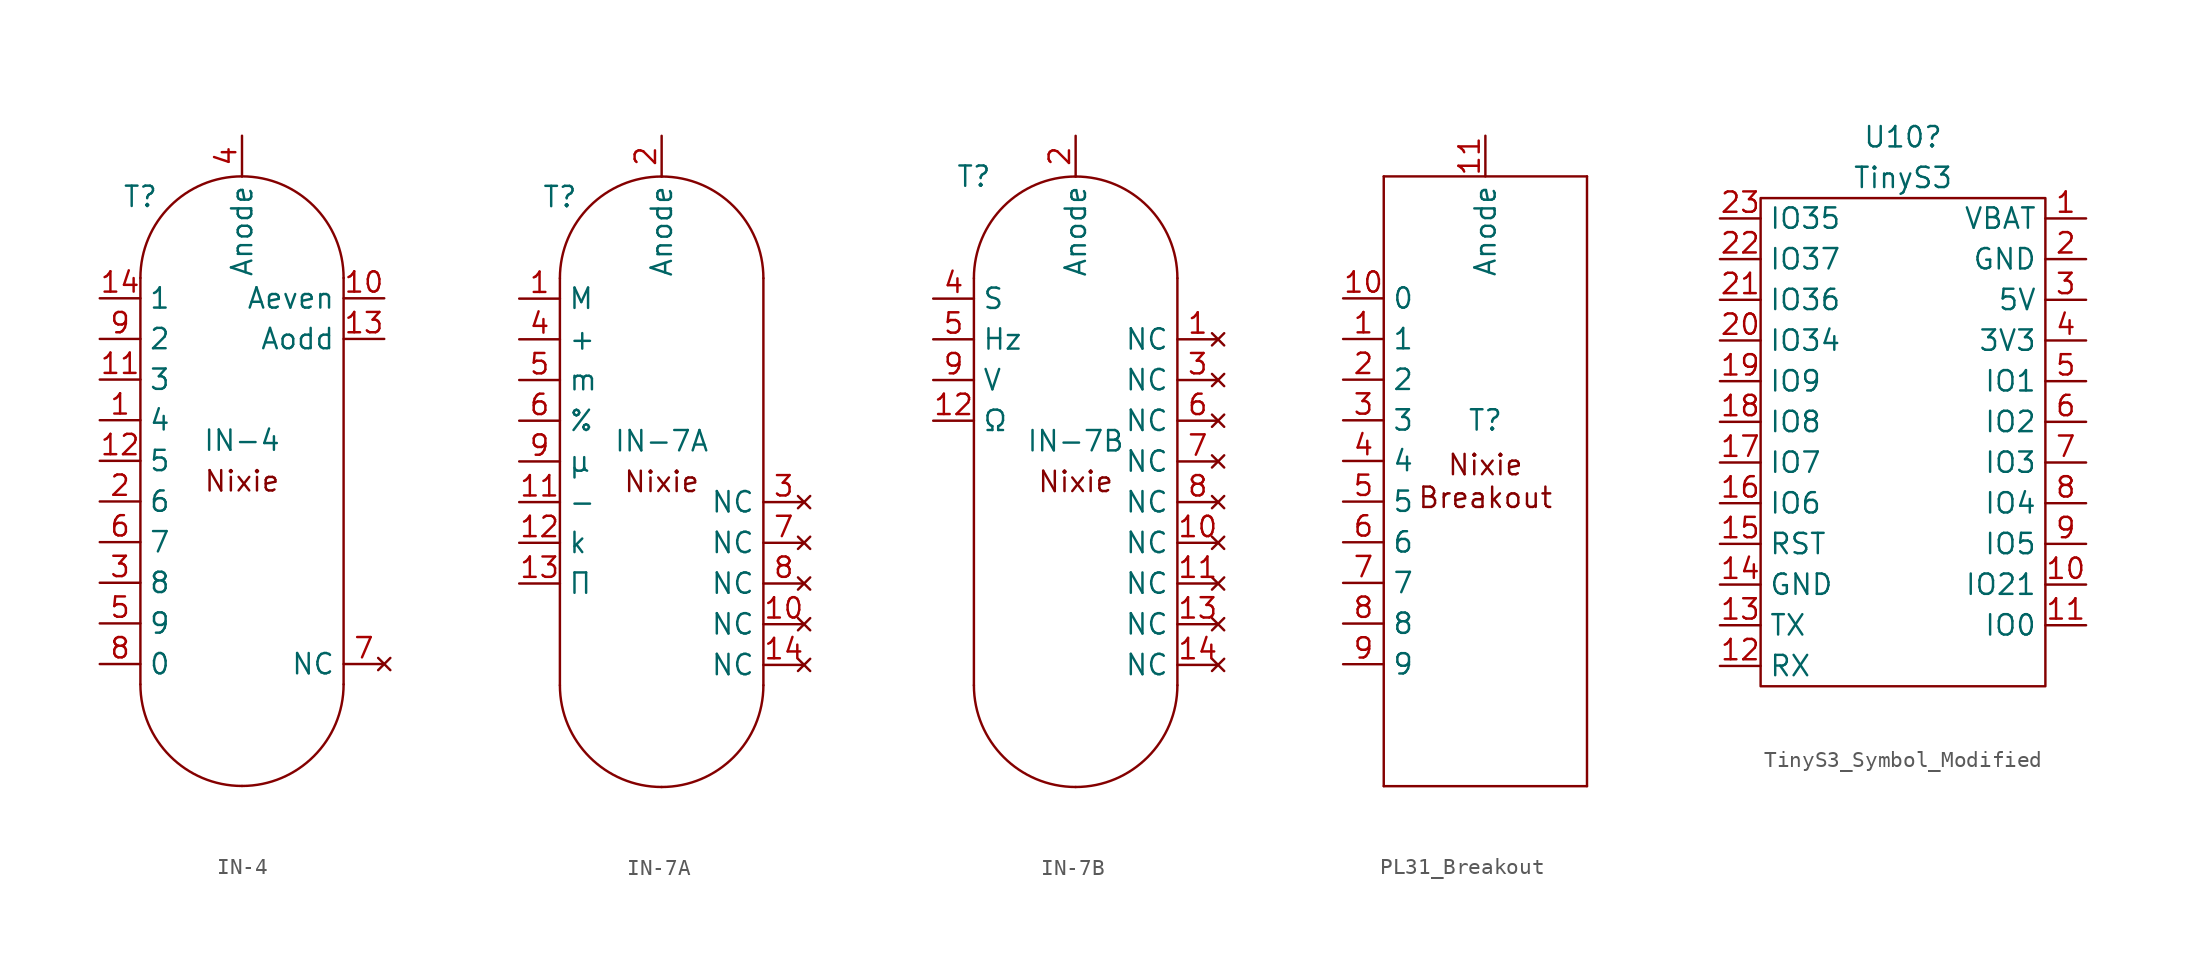
<source format=kicad_sym>
(kicad_symbol_lib
  (version 20220914)
  (generator kicad_symbol_editor)
  (symbol "IN-4"
    (property "Reference" "T"
      (at -6.35 17.78 0)
      (effects (font (size 1.27 1.27))))
    (property "Value" "IN-4"
      (at 0 2.54 0)
      (effects (font (size 1.27 1.27))))
    (symbol "IN-4_0_1"
      (arc (start -6.35 -12.7002) (mid -4.4901 -17.1903) (end 0 -19.0502) (stroke (width 0) (type default)) (fill (type none)))
      (arc (start 0.0001 -19.0501) (mid 4.4902 -17.1902) (end 6.3501 -12.7001) (stroke (width 0) (type default)) (fill (type none)))
      (polyline (pts (xy -6.35 12.7) (xy -6.35 -12.7)) (stroke (width 0) (type default)) (fill (type none)))
      (polyline (pts (xy 6.35 12.7) (xy 6.35 -12.7)) (stroke (width 0) (type default)) (fill (type none)))
      (arc (start 0 19.05) (mid -4.4901 17.1901) (end -6.35 12.7) (stroke (width 0) (type default)) (fill (type none)))
      (arc (start 6.35 12.7) (mid 4.4901 17.1901) (end 0 19.05) (stroke (width 0) (type default)) (fill (type none)))
      (text "Nixie" (at 0 0 0) (effects (font (size 1.27 1.27)))))
    (symbol "IN-4_1_1"
      (pin passive line (at -8.89 3.81 0) (length 2.54) (name "4" (effects (font (size 1.27 1.27)))) (number "1" (effects (font (size 1.27 1.27)))))
      (pin passive line (at 8.89 11.43 180) (length 2.54) (name "Aeven" (effects (font (size 1.27 1.27)))) (number "10" (effects (font (size 1.27 1.27)))))
      (pin passive line (at -8.89 6.35 0) (length 2.54) (name "3" (effects (font (size 1.27 1.27)))) (number "11" (effects (font (size 1.27 1.27)))))
      (pin passive line (at -8.89 1.27 0) (length 2.54) (name "5" (effects (font (size 1.27 1.27)))) (number "12" (effects (font (size 1.27 1.27)))))
      (pin passive line (at 8.89 8.89 180) (length 2.54) (name "Aodd" (effects (font (size 1.27 1.27)))) (number "13" (effects (font (size 1.27 1.27)))))
      (pin passive line (at -8.89 11.43 0) (length 2.54) (name "1" (effects (font (size 1.27 1.27)))) (number "14" (effects (font (size 1.27 1.27)))))
      (pin passive line (at -8.89 -1.27 0) (length 2.54) (name "6" (effects (font (size 1.27 1.27)))) (number "2" (effects (font (size 1.27 1.27)))))
      (pin passive line (at -8.89 -6.35 0) (length 2.54) (name "8" (effects (font (size 1.27 1.27)))) (number "3" (effects (font (size 1.27 1.27)))))
      (pin passive line (at 0 21.59 270) (length 2.54) (name "Anode" (effects (font (size 1.27 1.27)))) (number "4" (effects (font (size 1.27 1.27)))))
      (pin passive line (at -8.89 -8.89 0) (length 2.54) (name "9" (effects (font (size 1.27 1.27)))) (number "5" (effects (font (size 1.27 1.27)))))
      (pin passive line (at -8.89 -3.81 0) (length 2.54) (name "7" (effects (font (size 1.27 1.27)))) (number "6" (effects (font (size 1.27 1.27)))))
      (pin no_connect line (at 8.89 -11.43 180) (length 2.54) (name "NC" (effects (font (size 1.27 1.27)))) (number "7" (effects (font (size 1.27 1.27)))))
      (pin passive line (at -8.89 -11.43 0) (length 2.54) (name "0" (effects (font (size 1.27 1.27)))) (number "8" (effects (font (size 1.27 1.27)))))
      (pin passive line (at -8.89 8.89 0) (length 2.54) (name "2" (effects (font (size 1.27 1.27)))) (number "9" (effects (font (size 1.27 1.27)))))))
  (symbol "IN-7A"
    (property "Reference" "T"
      (at -6.35 17.78 0)
      (effects (font (size 1.27 1.27))))
    (property "Value" "IN-7A"
      (at 0 2.54 0)
      (effects (font (size 1.27 1.27))))
    (symbol "IN-7A_0_1"
      (arc (start -6.35 -12.7002) (mid -4.4901 -17.1903) (end 0 -19.0502) (stroke (width 0) (type default)) (fill (type none)))
      (arc (start 0.0001 -19.0501) (mid 4.4902 -17.1902) (end 6.3501 -12.7001) (stroke (width 0) (type default)) (fill (type none)))
      (polyline (pts (xy -6.35 12.7) (xy -6.35 -12.7)) (stroke (width 0) (type default)) (fill (type none)))
      (polyline (pts (xy 6.35 12.7) (xy 6.35 -12.7)) (stroke (width 0) (type default)) (fill (type none)))
      (arc (start 0 19.05) (mid -4.4901 17.1901) (end -6.35 12.7) (stroke (width 0) (type default)) (fill (type none)))
      (arc (start 6.35 12.7) (mid 4.4901 17.1901) (end 0 19.05) (stroke (width 0) (type default)) (fill (type none)))
      (text "Nixie" (at 0 0 0) (effects (font (size 1.27 1.27)))))
    (symbol "IN-7A_1_1"
      (pin passive line (at -8.89 11.43 0) (length 2.54) (name "M" (effects (font (size 1.27 1.27)))) (number "1" (effects (font (size 1.27 1.27)))))
      (pin no_connect line (at 8.89 -8.89 180) (length 2.54) (name "NC" (effects (font (size 1.27 1.27)))) (number "10" (effects (font (size 1.27 1.27)))))
      (pin passive line (at -8.89 -1.27 0) (length 2.54) (name "-" (effects (font (size 1.27 1.27)))) (number "11" (effects (font (size 1.27 1.27)))))
      (pin passive line (at -8.89 -3.81 0) (length 2.54) (name "k" (effects (font (size 1.27 1.27)))) (number "12" (effects (font (size 1.27 1.27)))))
      (pin passive line (at -8.89 -6.35 0) (length 2.54) (name "П" (effects (font (size 1.27 1.27)))) (number "13" (effects (font (size 1.27 1.27)))))
      (pin no_connect line (at 8.89 -11.43 180) (length 2.54) (name "NC" (effects (font (size 1.27 1.27)))) (number "14" (effects (font (size 1.27 1.27)))))
      (pin passive line (at 0 21.59 270) (length 2.54) (name "Anode" (effects (font (size 1.27 1.27)))) (number "2" (effects (font (size 1.27 1.27)))))
      (pin no_connect line (at 8.89 -1.27 180) (length 2.54) (name "NC" (effects (font (size 1.27 1.27)))) (number "3" (effects (font (size 1.27 1.27)))))
      (pin passive line (at -8.89 8.89 0) (length 2.54) (name "+" (effects (font (size 1.27 1.27)))) (number "4" (effects (font (size 1.27 1.27)))))
      (pin passive line (at -8.89 6.35 0) (length 2.54) (name "m" (effects (font (size 1.27 1.27)))) (number "5" (effects (font (size 1.27 1.27)))))
      (pin passive line (at -8.89 3.81 0) (length 2.54) (name "%" (effects (font (size 1.27 1.27)))) (number "6" (effects (font (size 1.27 1.27)))))
      (pin no_connect line (at 8.89 -3.81 180) (length 2.54) (name "NC" (effects (font (size 1.27 1.27)))) (number "7" (effects (font (size 1.27 1.27)))))
      (pin no_connect line (at 8.89 -6.35 180) (length 2.54) (name "NC" (effects (font (size 1.27 1.27)))) (number "8" (effects (font (size 1.27 1.27)))))
      (pin passive line (at -8.89 1.27 0) (length 2.54) (name "μ" (effects (font (size 1.27 1.27)))) (number "9" (effects (font (size 1.27 1.27)))))))
  (symbol "IN-7B"
    (property "Reference" "T"
      (at -6.35 19.05 0)
      (effects (font (size 1.27 1.27))))
    (property "Value" "IN-7B"
      (at 0 2.54 0)
      (effects (font (size 1.27 1.27))))
    (symbol "IN-7B_0_1"
      (arc (start -6.35 -12.7002) (mid -4.4901 -17.1903) (end 0 -19.0502) (stroke (width 0) (type default)) (fill (type none)))
      (arc (start 0.0001 -19.0501) (mid 4.4902 -17.1902) (end 6.3501 -12.7001) (stroke (width 0) (type default)) (fill (type none)))
      (polyline (pts (xy -6.35 12.7) (xy -6.35 -12.7)) (stroke (width 0) (type default)) (fill (type none)))
      (polyline (pts (xy 6.35 12.7) (xy 6.35 -12.7)) (stroke (width 0) (type default)) (fill (type none)))
      (arc (start 0 19.05) (mid -4.4901 17.1901) (end -6.35 12.7) (stroke (width 0) (type default)) (fill (type none)))
      (arc (start 6.35 12.7) (mid 4.4901 17.1901) (end 0 19.05) (stroke (width 0) (type default)) (fill (type none)))
      (text "Nixie" (at 0 0 0) (effects (font (size 1.27 1.27)))))
    (symbol "IN-7B_1_1"
      (pin no_connect line (at 8.89 8.89 180) (length 2.54) (name "NC" (effects (font (size 1.27 1.27)))) (number "1" (effects (font (size 1.27 1.27)))))
      (pin no_connect line (at 8.89 -3.81 180) (length 2.54) (name "NC" (effects (font (size 1.27 1.27)))) (number "10" (effects (font (size 1.27 1.27)))))
      (pin no_connect line (at 8.89 -6.35 180) (length 2.54) (name "NC" (effects (font (size 1.27 1.27)))) (number "11" (effects (font (size 1.27 1.27)))))
      (pin passive line (at -8.89 3.81 0) (length 2.54) (name "Ω" (effects (font (size 1.27 1.27)))) (number "12" (effects (font (size 1.27 1.27)))))
      (pin no_connect line (at 8.89 -8.89 180) (length 2.54) (name "NC" (effects (font (size 1.27 1.27)))) (number "13" (effects (font (size 1.27 1.27)))))
      (pin no_connect line (at 8.89 -11.43 180) (length 2.54) (name "NC" (effects (font (size 1.27 1.27)))) (number "14" (effects (font (size 1.27 1.27)))))
      (pin passive line (at 0 21.59 270) (length 2.54) (name "Anode" (effects (font (size 1.27 1.27)))) (number "2" (effects (font (size 1.27 1.27)))))
      (pin no_connect line (at 8.89 6.35 180) (length 2.54) (name "NC" (effects (font (size 1.27 1.27)))) (number "3" (effects (font (size 1.27 1.27)))))
      (pin passive line (at -8.89 11.43 0) (length 2.54) (name "S" (effects (font (size 1.27 1.27)))) (number "4" (effects (font (size 1.27 1.27)))))
      (pin passive line (at -8.89 8.89 0) (length 2.54) (name "Hz" (effects (font (size 1.27 1.27)))) (number "5" (effects (font (size 1.27 1.27)))))
      (pin no_connect line (at 8.89 3.81 180) (length 2.54) (name "NC" (effects (font (size 1.27 1.27)))) (number "6" (effects (font (size 1.27 1.27)))))
      (pin no_connect line (at 8.89 1.27 180) (length 2.54) (name "NC" (effects (font (size 1.27 1.27)))) (number "7" (effects (font (size 1.27 1.27)))))
      (pin no_connect line (at 8.89 -1.27 180) (length 2.54) (name "NC" (effects (font (size 1.27 1.27)))) (number "8" (effects (font (size 1.27 1.27)))))
      (pin passive line (at -8.89 6.35 0) (length 2.54) (name "V" (effects (font (size 1.27 1.27)))) (number "9" (effects (font (size 1.27 1.27)))))))
  (symbol "PL31_Breakout"
    (property "Reference" "T"
      (at 0 3.81 0)
      (effects (font (size 1.27 1.27))))
    (property "Value" ""
      (at 0 0 0)
      (effects (font (size 1.27 1.27))))
    (symbol "PL31_Breakout_0_1"
      (polyline (pts (xy -6.35 19.05) (xy -6.35 -19.05)) (stroke (width 0) (type default)) (fill (type none)))
      (polyline (pts (xy -6.35 19.05) (xy 6.35 19.05)) (stroke (width 0) (type default)) (fill (type none)))
      (polyline (pts (xy 6.35 -19.05) (xy -6.35 -19.05)) (stroke (width 0) (type default)) (fill (type none)))
      (polyline (pts (xy 6.35 19.05) (xy 6.35 -19.05)) (stroke (width 0) (type default)) (fill (type none)))
      (text "Nixie\nBreakout" (at 0 0 0) (effects (font (size 1.27 1.27)))))
    (symbol "PL31_Breakout_1_1"
      (pin passive line (at -8.89 8.89 0) (length 2.54) (name "1" (effects (font (size 1.27 1.27)))) (number "1" (effects (font (size 1.27 1.27)))))
      (pin passive line (at -8.89 11.43 0) (length 2.54) (name "0" (effects (font (size 1.27 1.27)))) (number "10" (effects (font (size 1.27 1.27)))))
      (pin passive line (at 0 21.59 270) (length 2.54) (name "Anode" (effects (font (size 1.27 1.27)))) (number "11" (effects (font (size 1.27 1.27)))))
      (pin passive line (at -8.89 6.35 0) (length 2.54) (name "2" (effects (font (size 1.27 1.27)))) (number "2" (effects (font (size 1.27 1.27)))))
      (pin passive line (at -8.89 3.81 0) (length 2.54) (name "3" (effects (font (size 1.27 1.27)))) (number "3" (effects (font (size 1.27 1.27)))))
      (pin passive line (at -8.89 1.27 0) (length 2.54) (name "4" (effects (font (size 1.27 1.27)))) (number "4" (effects (font (size 1.27 1.27)))))
      (pin passive line (at -8.89 -1.27 0) (length 2.54) (name "5" (effects (font (size 1.27 1.27)))) (number "5" (effects (font (size 1.27 1.27)))))
      (pin passive line (at -8.89 -3.81 0) (length 2.54) (name "6" (effects (font (size 1.27 1.27)))) (number "6" (effects (font (size 1.27 1.27)))))
      (pin passive line (at -8.89 -6.35 0) (length 2.54) (name "7" (effects (font (size 1.27 1.27)))) (number "7" (effects (font (size 1.27 1.27)))))
      (pin passive line (at -8.89 -8.89 0) (length 2.54) (name "8" (effects (font (size 1.27 1.27)))) (number "8" (effects (font (size 1.27 1.27)))))
      (pin passive line (at -8.89 -11.43 0) (length 2.54) (name "9" (effects (font (size 1.27 1.27)))) (number "9" (effects (font (size 1.27 1.27)))))))
  (symbol "TinyS3_Symbol_Modified"
    (property "Reference" "U10"
      (at 0 19.05 0)
      (effects (font (size 1.27 1.27))))
    (property "Value" "TinyS3"
      (at 0 16.51 0)
      (effects (font (size 1.27 1.27))))
    (symbol "TinyS3_Symbol_Modified_0_1"
      (rectangle (start -8.89 15.24) (end 8.89 -15.24) (stroke (width 0.152) (type default)) (fill (type none))))
    (symbol "TinyS3_Symbol_Modified_1_1"
      (pin power_in line (at 11.43 13.97 180) (length 2.54) (name "VBAT" (effects (font (size 1.27 1.27)))) (number "1" (effects (font (size 1.27 1.27)))))
      (pin bidirectional line (at 11.43 -8.89 180) (length 2.54) (name "IO21" (effects (font (size 1.27 1.27)))) (number "10" (effects (font (size 1.27 1.27)))))
      (pin bidirectional line (at 11.43 -11.43 180) (length 2.54) (name "IO0" (effects (font (size 1.27 1.27)))) (number "11" (effects (font (size 1.27 1.27)))))
      (pin bidirectional line (at -11.43 -13.97 0) (length 2.54) (name "RX" (effects (font (size 1.27 1.27)))) (number "12" (effects (font (size 1.27 1.27)))))
      (pin bidirectional line (at -11.43 -11.43 0) (length 2.54) (name "TX" (effects (font (size 1.27 1.27)))) (number "13" (effects (font (size 1.27 1.27)))))
      (pin power_in line (at -11.43 -8.89 0) (length 2.54) (name "GND" (effects (font (size 1.27 1.27)))) (number "14" (effects (font (size 1.27 1.27)))))
      (pin input line (at -11.43 -6.35 0) (length 2.54) (name "RST" (effects (font (size 1.27 1.27)))) (number "15" (effects (font (size 1.27 1.27)))))
      (pin bidirectional line (at -11.43 -3.81 0) (length 2.54) (name "IO6" (effects (font (size 1.27 1.27)))) (number "16" (effects (font (size 1.27 1.27)))))
      (pin bidirectional line (at -11.43 -1.27 0) (length 2.54) (name "IO7" (effects (font (size 1.27 1.27)))) (number "17" (effects (font (size 1.27 1.27)))))
      (pin bidirectional line (at -11.43 1.27 0) (length 2.54) (name "IO8" (effects (font (size 1.27 1.27)))) (number "18" (effects (font (size 1.27 1.27)))))
      (pin bidirectional line (at -11.43 3.81 0) (length 2.54) (name "IO9" (effects (font (size 1.27 1.27)))) (number "19" (effects (font (size 1.27 1.27)))))
      (pin power_in line (at 11.43 11.43 180) (length 2.54) (name "GND" (effects (font (size 1.27 1.27)))) (number "2" (effects (font (size 1.27 1.27)))))
      (pin bidirectional line (at -11.43 6.35 0) (length 2.54) (name "IO34" (effects (font (size 1.27 1.27)))) (number "20" (effects (font (size 1.27 1.27)))))
      (pin bidirectional line (at -11.43 8.89 0) (length 2.54) (name "IO36" (effects (font (size 1.27 1.27)))) (number "21" (effects (font (size 1.27 1.27)))))
      (pin bidirectional line (at -11.43 11.43 0) (length 2.54) (name "IO37" (effects (font (size 1.27 1.27)))) (number "22" (effects (font (size 1.27 1.27)))))
      (pin bidirectional line (at -11.43 13.97 0) (length 2.54) (name "IO35" (effects (font (size 1.27 1.27)))) (number "23" (effects (font (size 1.27 1.27)))))
      (pin power_in line (at 11.43 8.89 180) (length 2.54) (name "5V" (effects (font (size 1.27 1.27)))) (number "3" (effects (font (size 1.27 1.27)))))
      (pin power_in line (at 11.43 6.35 180) (length 2.54) (name "3V3" (effects (font (size 1.27 1.27)))) (number "4" (effects (font (size 1.27 1.27)))))
      (pin bidirectional line (at 11.43 3.81 180) (length 2.54) (name "IO1" (effects (font (size 1.27 1.27)))) (number "5" (effects (font (size 1.27 1.27)))))
      (pin bidirectional line (at 11.43 1.27 180) (length 2.54) (name "IO2" (effects (font (size 1.27 1.27)))) (number "6" (effects (font (size 1.27 1.27)))))
      (pin bidirectional line (at 11.43 -1.27 180) (length 2.54) (name "IO3" (effects (font (size 1.27 1.27)))) (number "7" (effects (font (size 1.27 1.27)))))
      (pin bidirectional line (at 11.43 -3.81 180) (length 2.54) (name "IO4" (effects (font (size 1.27 1.27)))) (number "8" (effects (font (size 1.27 1.27)))))
      (pin bidirectional line (at 11.43 -6.35 180) (length 2.54) (name "IO5" (effects (font (size 1.27 1.27)))) (number "9" (effects (font (size 1.27 1.27))))))))
</source>
